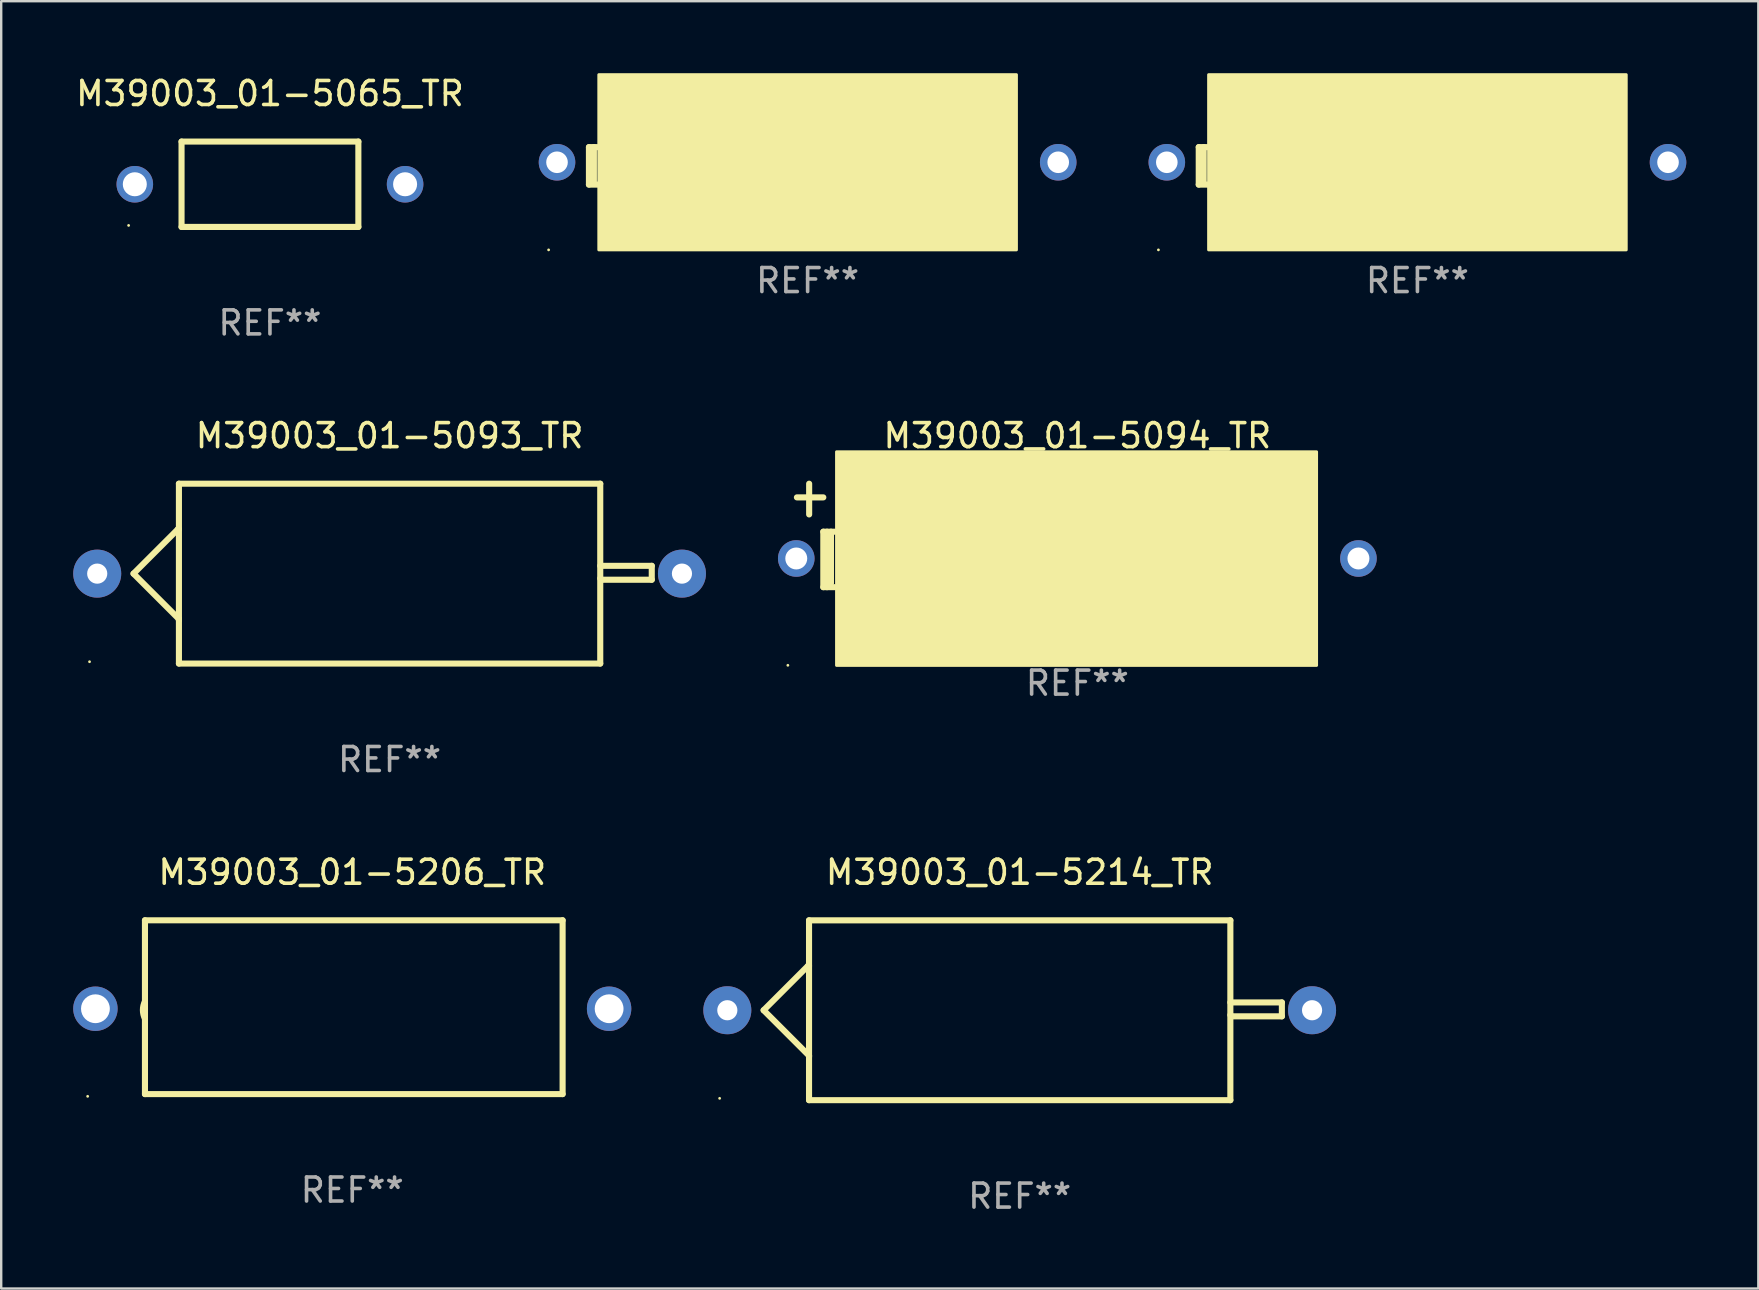
<source format=kicad_pcb>
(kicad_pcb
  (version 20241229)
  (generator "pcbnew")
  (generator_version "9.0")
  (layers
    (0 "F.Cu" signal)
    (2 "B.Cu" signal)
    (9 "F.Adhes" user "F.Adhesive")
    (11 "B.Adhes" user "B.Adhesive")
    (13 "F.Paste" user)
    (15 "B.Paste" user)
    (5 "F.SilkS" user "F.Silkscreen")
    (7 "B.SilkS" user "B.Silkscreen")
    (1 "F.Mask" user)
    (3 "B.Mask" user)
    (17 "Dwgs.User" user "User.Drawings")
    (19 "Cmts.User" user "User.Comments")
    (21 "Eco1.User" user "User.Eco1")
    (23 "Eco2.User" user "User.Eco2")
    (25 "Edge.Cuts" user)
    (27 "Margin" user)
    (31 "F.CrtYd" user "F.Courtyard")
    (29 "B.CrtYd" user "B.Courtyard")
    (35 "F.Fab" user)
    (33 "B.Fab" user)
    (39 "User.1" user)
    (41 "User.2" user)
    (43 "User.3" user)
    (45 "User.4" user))
  (footprint "M39003_01-5094_TR"
    (layer "F.Cu")
    (at 41.832 19.256)
    (property "Reference" "M39003_01-5094_TR" (at 0 -4.155 0) (layer "F.SilkS") (effects (font (size 1 1) (thickness 0.15))))
    (attr through_hole)
    (fp_line (start -11.683 -1.585) (end -10.583 -1.585) (stroke (width 0.254) (type solid)) (layer "F.SilkS"))
    (fp_line (start -11.173 -2.155) (end -11.173 -0.875) (stroke (width 0.254) (type solid)) (layer "F.SilkS"))
    (fp_line (start -10.583 -0.155) (end -10.583 2.155) (stroke (width 0.254) (type solid)) (layer "F.SilkS"))
    (fp_line (start -10.583 2.155) (end -10.113 2.155) (stroke (width 0.254) (type solid)) (layer "F.SilkS"))
    (fp_line (start -10.429 -0.155) (end -10.429 2.155) (stroke (width 0.254) (type solid)) (layer "F.SilkS"))
    (fp_line (start -10.264 -0.155) (end -10.264 1.985) (stroke (width 0.254) (type solid)) (layer "F.SilkS"))
    (fp_line (start -10.113 -0.155) (end -10.583 -0.155) (stroke (width 0.254) (type solid)) (layer "F.SilkS"))
    (fp_circle (center -12.06 5.41) (end -12.03 5.41) (stroke (width 0.06) (type solid)) (fill no) (layer "F.SilkS"))
    (fp_poly (pts (xy -10.033 -3.485) (xy 9.967 -3.485) (xy 9.967 5.415) (xy -10.033 5.415)) (stroke (width 0.12) (type solid)) (fill yes) (layer "F.SilkS"))
    (fp_text user "REF**" (at 0 6.155 0) (layer "F.Fab") (effects (font (size 1 1) (thickness 0.15))))
    (pad "1" thru_hole circle (at -11.71 0.96) (size 1.524 1.524) (drill 0.914) (layers "*.Cu" "*.Mask"))
    (pad "2" thru_hole circle (at 11.71 0.96) (size 1.524 1.524) (drill 0.914) (layers "*.Cu" "*.Mask")))
  (footprint "M39003_01-5065_TR"
    (layer "F.Cu")
    (at 8.196 4.626)
    (property "Reference" "M39003_01-5065_TR" (at 0 -3.778 0) (layer "F.SilkS") (effects (font (size 1 1) (thickness 0.15))))
    (attr through_hole)
    (fp_line (start -3.683 -1.778) (end -3.683 1.778) (stroke (width 0.254) (type solid)) (layer "F.SilkS"))
    (fp_line (start -3.683 1.778) (end 3.683 1.778) (stroke (width 0.254) (type solid)) (layer "F.SilkS"))
    (fp_line (start 3.683 -1.778) (end -3.683 -1.778) (stroke (width 0.254) (type solid)) (layer "F.SilkS"))
    (fp_line (start 3.683 1.778) (end 3.683 -1.778) (stroke (width 0.254) (type solid)) (layer "F.SilkS"))
    (fp_circle (center -5.888 1.715) (end -5.858 1.715) (stroke (width 0.06) (type solid)) (fill no) (layer "F.SilkS"))
    (fp_text user "REF**" (at 0 5.778 0) (layer "F.Fab") (effects (font (size 1 1) (thickness 0.15))))
    (pad "1" thru_hole circle (at -5.63 0) (size 1.524 1.524) (drill 1) (layers "*.Cu" "*.Mask"))
    (pad "2" thru_hole circle (at 5.63 0) (size 1.524 1.524) (drill 1) (layers "*.Cu" "*.Mask")))
  (footprint "M39003_01-5206_TR"
    (layer "F.Cu")
    (at 11.625 38.909)
    (property "Reference" "M39003_01-5206_TR" (at 0 -5.62 0) (layer "F.SilkS") (effects (font (size 1 1) (thickness 0.15))))
    (attr through_hole)
    (fp_line (start -8.636 -3.62) (end -8.636 3.62) (stroke (width 0.254) (type solid)) (layer "F.SilkS"))
    (fp_line (start -8.636 3.62) (end 8.763 3.62) (stroke (width 0.254) (type solid)) (layer "F.SilkS"))
    (fp_line (start 8.763 -3.62) (end -8.636 -3.62) (stroke (width 0.254) (type solid)) (layer "F.SilkS"))
    (fp_line (start 8.763 3.62) (end 8.763 -3.62) (stroke (width 0.254) (type solid)) (layer "F.SilkS"))
    (fp_arc (start -8.636017 0.480061) (mid -8.72152 0.117869) (end -8.636017 -0.244323) (stroke (width 0.254001) (type solid)) (layer "F.SilkS"))
    (fp_circle (center -11.023 3.713) (end -10.993 3.713) (stroke (width 0.06) (type solid)) (fill no) (layer "F.SilkS"))
    (fp_text user "REF**" (at 0 7.62 0) (layer "F.Fab") (effects (font (size 1 1) (thickness 0.15))))
    (pad "1" thru_hole circle (at -10.7 0.064) (size 1.85 1.85) (drill 1.2) (layers "*.Cu" "*.Mask"))
    (pad "2" thru_hole circle (at 10.7 0.064) (size 1.85 1.85) (drill 1.2) (layers "*.Cu" "*.Mask")))
  (footprint "M39003_01-5092_TR"
    (layer "F.Cu")
    (at 55.999 3.86)
    (property "Reference" "M39003_01-5092_TR" (at 0 -2.78 0) (layer "F.SilkS") (effects (font (size 1 1) (thickness 0.15))))
    (attr through_hole)
    (fp_line (start -9.11 -0.78) (end -9.11 0.78) (stroke (width 0.254) (type solid)) (layer "F.SilkS"))
    (fp_line (start -9.11 0.78) (end -8.74 0.78) (stroke (width 0.254) (type solid)) (layer "F.SilkS"))
    (fp_line (start -8.904 -0.78) (end -8.904 0.65) (stroke (width 0.254) (type solid)) (layer "F.SilkS"))
    (fp_line (start -8.76 -0.78) (end -9.11 -0.78) (stroke (width 0.254) (type solid)) (layer "F.SilkS"))
    (fp_circle (center -10.79 3.5) (end -10.76 3.5) (stroke (width 0.06) (type solid)) (fill no) (layer "F.SilkS"))
    (fp_poly (pts (xy -8.7 -3.8) (xy 8.7 -3.8) (xy 8.7 3.5) (xy -8.7 3.5)) (stroke (width 0.12) (type solid)) (fill yes) (layer "F.SilkS"))
    (fp_text user "REF**" (at 0 4.78 0) (layer "F.Fab") (effects (font (size 1 1) (thickness 0.15))))
    (pad "1" thru_hole circle (at -10.44 -0.15) (size 1.524 1.524) (drill 0.9) (layers "*.Cu" "*.Mask"))
    (pad "2" thru_hole circle (at 10.44 -0.15) (size 1.524 1.524) (drill 0.9) (layers "*.Cu" "*.Mask")))
  (footprint "M39003_01-5214_TR"
    (layer "F.Cu")
    (at 39.43 39.036)
    (property "Reference" "M39003_01-5214_TR" (at 0 -5.746 0) (layer "F.SilkS") (effects (font (size 1 1) (thickness 0.15))))
    (attr through_hole)
    (fp_line (start -10.668 0) (end -8.776 1.892) (stroke (width 0.254) (type solid)) (layer "F.SilkS"))
    (fp_line (start -8.821 -1.847) (end -10.668 0) (stroke (width 0.254) (type solid)) (layer "F.SilkS"))
    (fp_line (start -8.776 -1.847) (end -8.821 -1.847) (stroke (width 0.254) (type solid)) (layer "F.SilkS"))
    (fp_line (start -8.776 1.892) (end -8.776 1.943) (stroke (width 0.254) (type solid)) (layer "F.SilkS"))
    (fp_line (start -8.776 -3.746) (end 8.776 -3.746) (stroke (width 0.254) (type solid)) (layer "F.SilkS"))
    (fp_line (start -8.776 3.746) (end -8.776 -3.746) (stroke (width 0.254) (type solid)) (layer "F.SilkS"))
    (fp_line (start 8.776 -3.746) (end 8.776 3.746) (stroke (width 0.254) (type solid)) (layer "F.SilkS"))
    (fp_line (start 8.776 -0.325) (end 10.922 -0.325) (stroke (width 0.254) (type solid)) (layer "F.SilkS"))
    (fp_line (start 8.776 3.746) (end -8.776 3.746) (stroke (width 0.254) (type solid)) (layer "F.SilkS"))
    (fp_line (start 8.831 0.254) (end 8.776 0.199) (stroke (width 0.254) (type solid)) (layer "F.SilkS"))
    (fp_line (start 10.922 -0.325) (end 10.922 0.254) (stroke (width 0.254) (type solid)) (layer "F.SilkS"))
    (fp_line (start 10.922 0.254) (end 8.831 0.254) (stroke (width 0.254) (type solid)) (layer "F.SilkS"))
    (fp_circle (center -12.5 3.67) (end -12.47 3.67) (stroke (width 0.06) (type solid)) (fill no) (layer "F.SilkS"))
    (fp_text user "+" (at -8.323 0.924 0) (layer "B.Mask") (effects (font (size 1 1) (thickness 0.15))))
    (fp_text user "REF**" (at 0 7.746 0) (layer "F.Fab") (effects (font (size 1 1) (thickness 0.15))))
    (pad "1" thru_hole circle (at -12.18 0) (size 2 2) (drill 0.84) (layers "*.Cu" "*.Mask"))
    (pad "2" thru_hole circle (at 12.18 0) (size 2 2) (drill 0.84) (layers "*.Cu" "*.Mask")))
  (footprint "M39003_01-5089_TR"
    (layer "F.Cu")
    (at 30.595 3.86)
    (property "Reference" "M39003_01-5089_TR" (at 0 -2.78 0) (layer "F.SilkS") (effects (font (size 1 1) (thickness 0.15))))
    (attr through_hole)
    (fp_line (start -9.11 -0.78) (end -9.11 0.78) (stroke (width 0.254) (type solid)) (layer "F.SilkS"))
    (fp_line (start -9.11 0.78) (end -8.74 0.78) (stroke (width 0.254) (type solid)) (layer "F.SilkS"))
    (fp_line (start -8.904 -0.78) (end -8.904 0.65) (stroke (width 0.254) (type solid)) (layer "F.SilkS"))
    (fp_line (start -8.76 -0.78) (end -9.11 -0.78) (stroke (width 0.254) (type solid)) (layer "F.SilkS"))
    (fp_circle (center -10.79 3.5) (end -10.76 3.5) (stroke (width 0.06) (type solid)) (fill no) (layer "F.SilkS"))
    (fp_poly (pts (xy -8.7 -3.8) (xy 8.7 -3.8) (xy 8.7 3.5) (xy -8.7 3.5)) (stroke (width 0.12) (type solid)) (fill yes) (layer "F.SilkS"))
    (fp_text user "REF**" (at 0 4.78 0) (layer "F.Fab") (effects (font (size 1 1) (thickness 0.15))))
    (pad "1" thru_hole circle (at -10.44 -0.15) (size 1.524 1.524) (drill 0.9) (layers "*.Cu" "*.Mask"))
    (pad "2" thru_hole circle (at 10.44 -0.15) (size 1.524 1.524) (drill 0.9) (layers "*.Cu" "*.Mask")))
  (footprint "M39003_01-5093_TR"
    (layer "F.Cu")
    (at 13.18 20.847)
    (property "Reference" "M39003_01-5093_TR" (at 0 -5.746 0) (layer "F.SilkS") (effects (font (size 1 1) (thickness 0.15))))
    (attr through_hole)
    (fp_line (start -10.668 0) (end -8.776 1.892) (stroke (width 0.254) (type solid)) (layer "F.SilkS"))
    (fp_line (start -8.821 -1.847) (end -10.668 0) (stroke (width 0.254) (type solid)) (layer "F.SilkS"))
    (fp_line (start -8.776 -1.847) (end -8.821 -1.847) (stroke (width 0.254) (type solid)) (layer "F.SilkS"))
    (fp_line (start -8.776 1.892) (end -8.776 1.943) (stroke (width 0.254) (type solid)) (layer "F.SilkS"))
    (fp_line (start -8.776 -3.746) (end 8.776 -3.746) (stroke (width 0.254) (type solid)) (layer "F.SilkS"))
    (fp_line (start -8.776 3.746) (end -8.776 -3.746) (stroke (width 0.254) (type solid)) (layer "F.SilkS"))
    (fp_line (start 8.776 -3.746) (end 8.776 3.746) (stroke (width 0.254) (type solid)) (layer "F.SilkS"))
    (fp_line (start 8.776 -0.325) (end 10.922 -0.325) (stroke (width 0.254) (type solid)) (layer "F.SilkS"))
    (fp_line (start 8.776 3.746) (end -8.776 3.746) (stroke (width 0.254) (type solid)) (layer "F.SilkS"))
    (fp_line (start 8.831 0.254) (end 8.776 0.199) (stroke (width 0.254) (type solid)) (layer "F.SilkS"))
    (fp_line (start 10.922 -0.325) (end 10.922 0.254) (stroke (width 0.254) (type solid)) (layer "F.SilkS"))
    (fp_line (start 10.922 0.254) (end 8.831 0.254) (stroke (width 0.254) (type solid)) (layer "F.SilkS"))
    (fp_circle (center -12.5 3.67) (end -12.47 3.67) (stroke (width 0.06) (type solid)) (fill no) (layer "F.SilkS"))
    (fp_text user "+" (at -8.323 0.924 0) (layer "B.Mask") (effects (font (size 1 1) (thickness 0.15))))
    (fp_text user "REF**" (at 0 7.746 0) (layer "F.Fab") (effects (font (size 1 1) (thickness 0.15))))
    (pad "1" thru_hole circle (at -12.18 0) (size 2 2) (drill 0.84) (layers "*.Cu" "*.Mask"))
    (pad "2" thru_hole circle (at 12.18 0) (size 2 2) (drill 0.84) (layers "*.Cu" "*.Mask")))
  (gr_rect
    (start -3 -3)
    (end 70.201 50.63)
    (stroke (width 0.1) (type default))
    (fill no)
    (layer "Edge.Cuts")))
</source>
